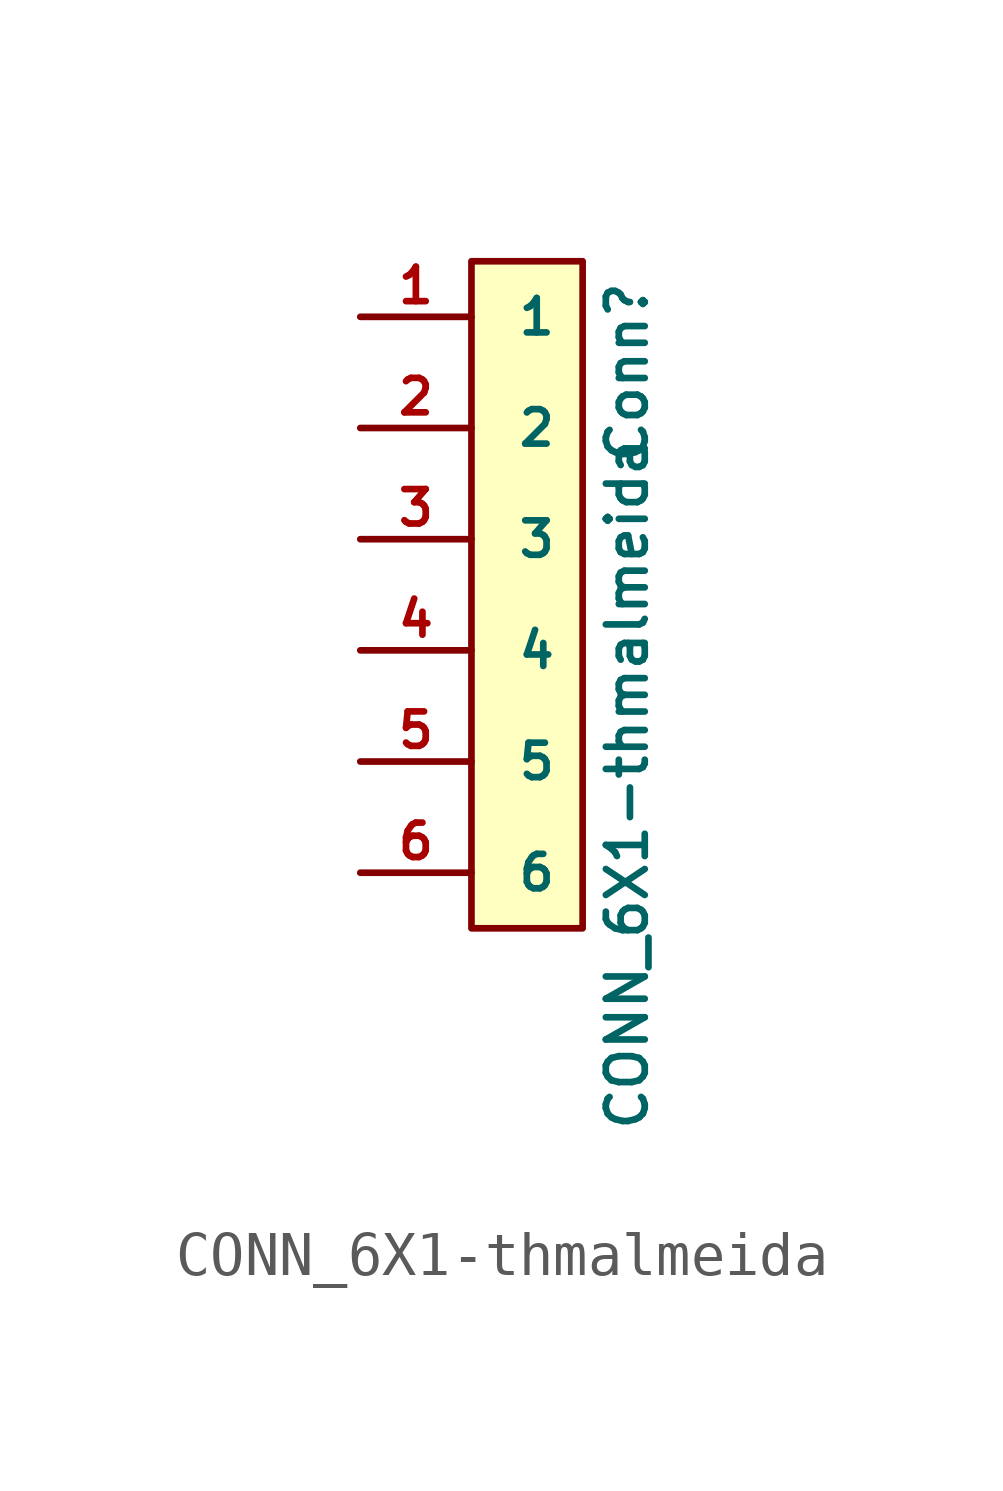
<source format=kicad_sym>
(kicad_symbol_lib
  (version 20211014)
  (generator kicad_symbol_editor)
  (symbol "CONN_6X1-thmalmeida"
    (pin_names
      (offset 1.016))
    (property "Reference" "Conn"
      (at 2.286 5.08 90)
      (effects (font (size 0.889 0.889))))
    (property "Value" "CONN_6X1-thmalmeida"
      (at 2.286 -4.318 90)
      (effects (font (size 0.889 0.889))))
    (property "Datasheet" ""
      (at 1.27 1.27 0)
      (effects (font (size 1.524 1.524))))
    (symbol "CONN_6X1-thmalmeida_0_1"
      (rectangle (start -1.27 7.62) (end 1.27 -7.62) (stroke (width 0) (type default) (color 0 0 0 0)) (fill (type background))))
    (symbol "CONN_6X1-thmalmeida_1_1"
      (pin passive line (at -3.81 6.35 0) (length 2.54) (name "1" (effects (font (size 0.787 0.787)))) (number "1" (effects (font (size 0.787 0.787)))))
      (pin passive line (at -3.81 3.81 0) (length 2.54) (name "2" (effects (font (size 0.787 0.787)))) (number "2" (effects (font (size 0.787 0.787)))))
      (pin passive line (at -3.81 1.27 0) (length 2.54) (name "3" (effects (font (size 0.787 0.787)))) (number "3" (effects (font (size 0.787 0.787)))))
      (pin passive line (at -3.81 -1.27 0) (length 2.54) (name "4" (effects (font (size 0.787 0.787)))) (number "4" (effects (font (size 0.787 0.787)))))
      (pin passive line (at -3.81 -3.81 0) (length 2.54) (name "5" (effects (font (size 0.787 0.787)))) (number "5" (effects (font (size 0.787 0.787)))))
      (pin passive line (at -3.81 -6.35 0) (length 2.54) (name "6" (effects (font (size 0.787 0.787)))) (number "6" (effects (font (size 0.787 0.787))))))))
</source>
